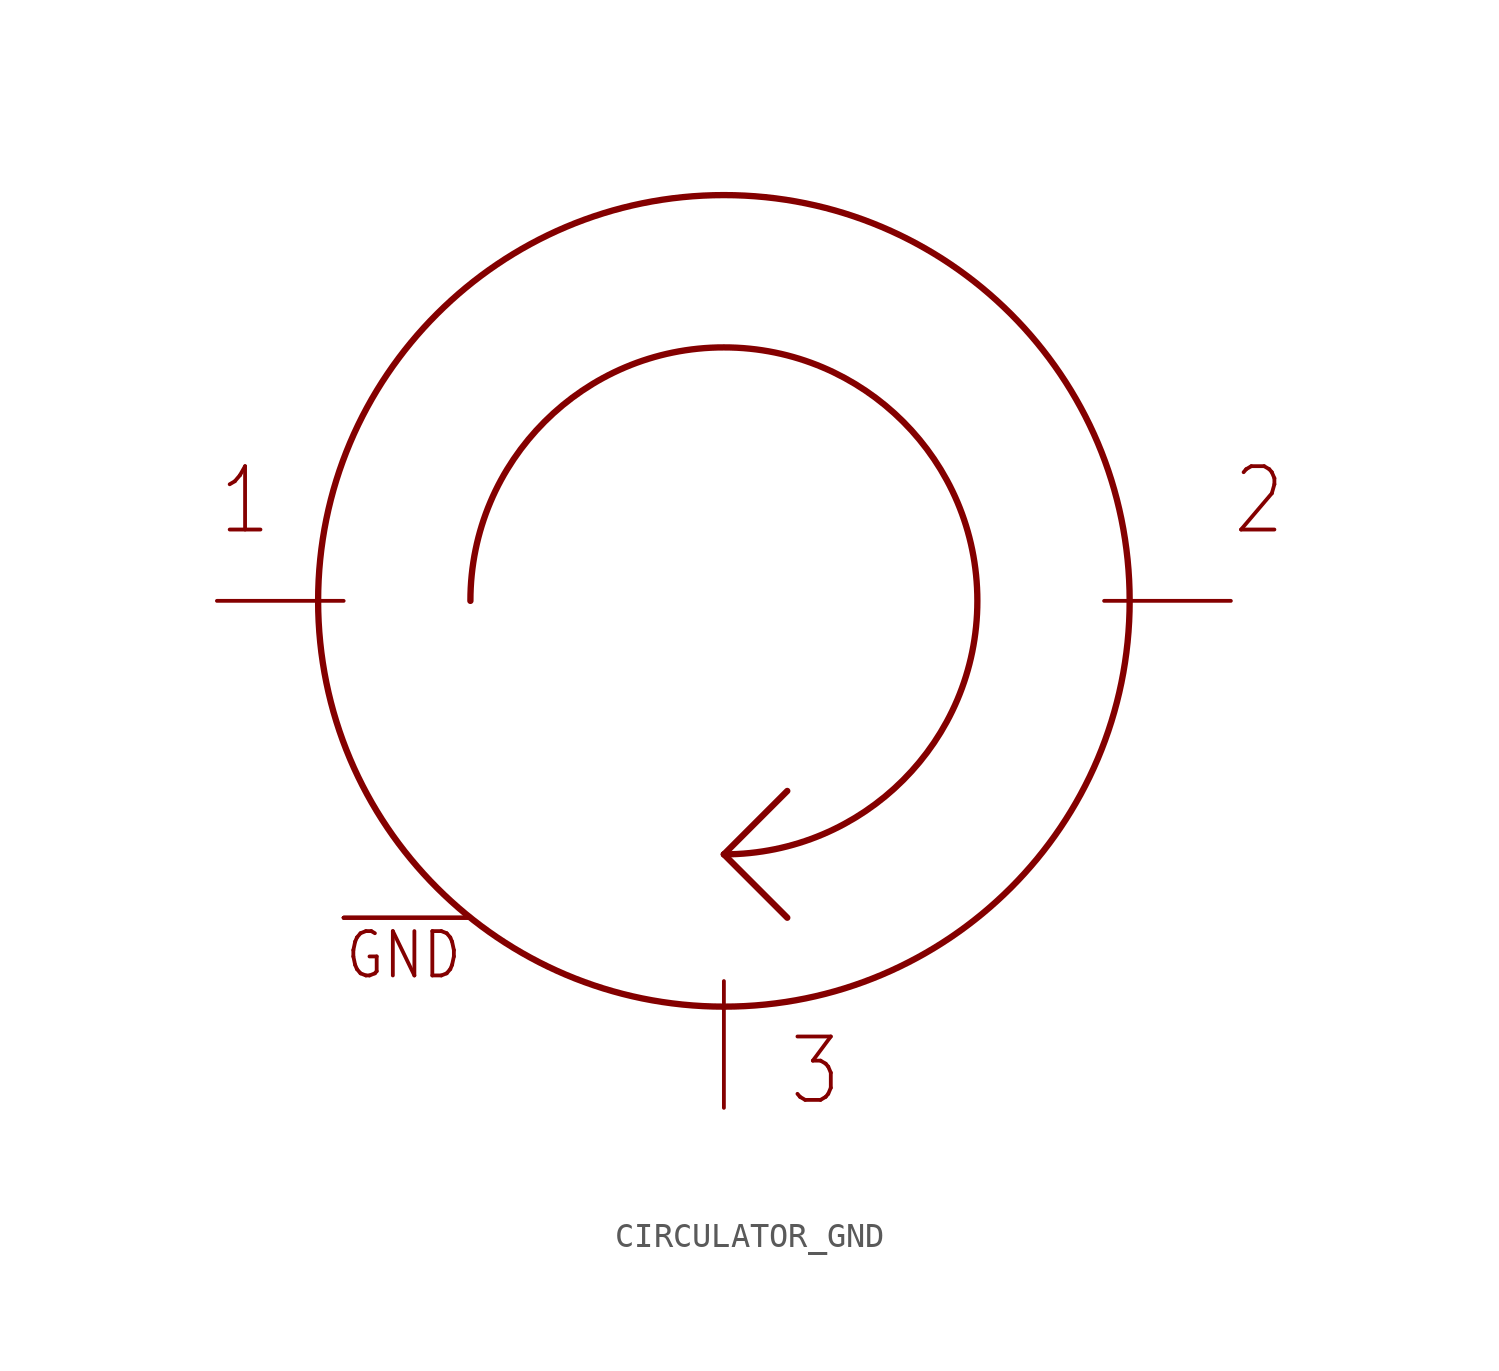
<source format=kicad_sym>
(kicad_symbol_lib
  (version 20231120)
  (generator "kicad_symbol_editor")
  (generator_version "8.0")
  (symbol "CIRCULATOR_GND"
    (property "Reference" ""
      (at -7.62 17.78 0)
      (effects (font (size 2.54 2.159)) (justify left bottom) (hide yes)))
    (property "Value" ""
      (at -15.24 -5.08 0)
      (effects (font (size 2.54 2.159)) (justify left bottom)))
    (property "ki_locked" ""
      (at 0 0 0)
      (effects (font (size 1.27 1.27))))
    (symbol "CIRCULATOR_GND_1_0"
      (arc (start 0 -10.16) (mid 7.1842 7.1842) (end -10.16 0) (stroke (width 0.254) (type solid)) (fill (type none)))
      (polyline (pts (xy 0 -10.16) (xy 2.54 -12.7)) (stroke (width 0.254) (type solid)) (fill (type none)))
      (polyline (pts (xy 2.54 -7.62) (xy 0 -10.16)) (stroke (width 0.254) (type solid)) (fill (type none)))
      (circle (center 0 0) (radius 16.264) (stroke (width 0.254) (type solid)) (fill (type none)))
      (text "1" (at -20.32 2.54 0) (effects (font (size 2.54 2.159)) (justify left bottom)))
      (text "2" (at 20.32 2.54 0) (effects (font (size 2.54 2.159)) (justify left bottom)))
      (text "3" (at 2.54 -20.32 0) (effects (font (size 2.54 2.159)) (justify left bottom)))
      (text "GND" (at -15.24 -15.24 0) (effects (font (size 1.778 1.511)) (justify left bottom)))
      (pin bidirectional line (at -15.24 -12.7 0) (length 5.08) (name "P$GND" (effects (font (size 0 0)))) (number "P$1" (effects (font (size 0 0)))))
      (pin bidirectional line (at -15.24 -12.7 0) (length 5.08) (name "P$GND" (effects (font (size 0 0)))) (number "P$2" (effects (font (size 0 0)))))
      (pin bidirectional line (at -15.24 -12.7 0) (length 5.08) (name "P$GND" (effects (font (size 0 0)))) (number "P$3" (effects (font (size 0 0)))))
      (pin bidirectional line (at -15.24 -12.7 0) (length 5.08) (name "P$GND" (effects (font (size 0 0)))) (number "P$4" (effects (font (size 0 0)))))
      (pin bidirectional line (at -20.32 0 0) (length 5.08) (name "P$1" (effects (font (size 0 0)))) (number "P$IN" (effects (font (size 0 0)))))
      (pin bidirectional line (at 0 -20.32 90) (length 5.08) (name "P$3" (effects (font (size 0 0)))) (number "P$LOAD" (effects (font (size 0 0)))))
      (pin bidirectional line (at 20.32 0 180) (length 5.08) (name "P$2" (effects (font (size 0 0)))) (number "P$OUT" (effects (font (size 0 0))))))))
</source>
